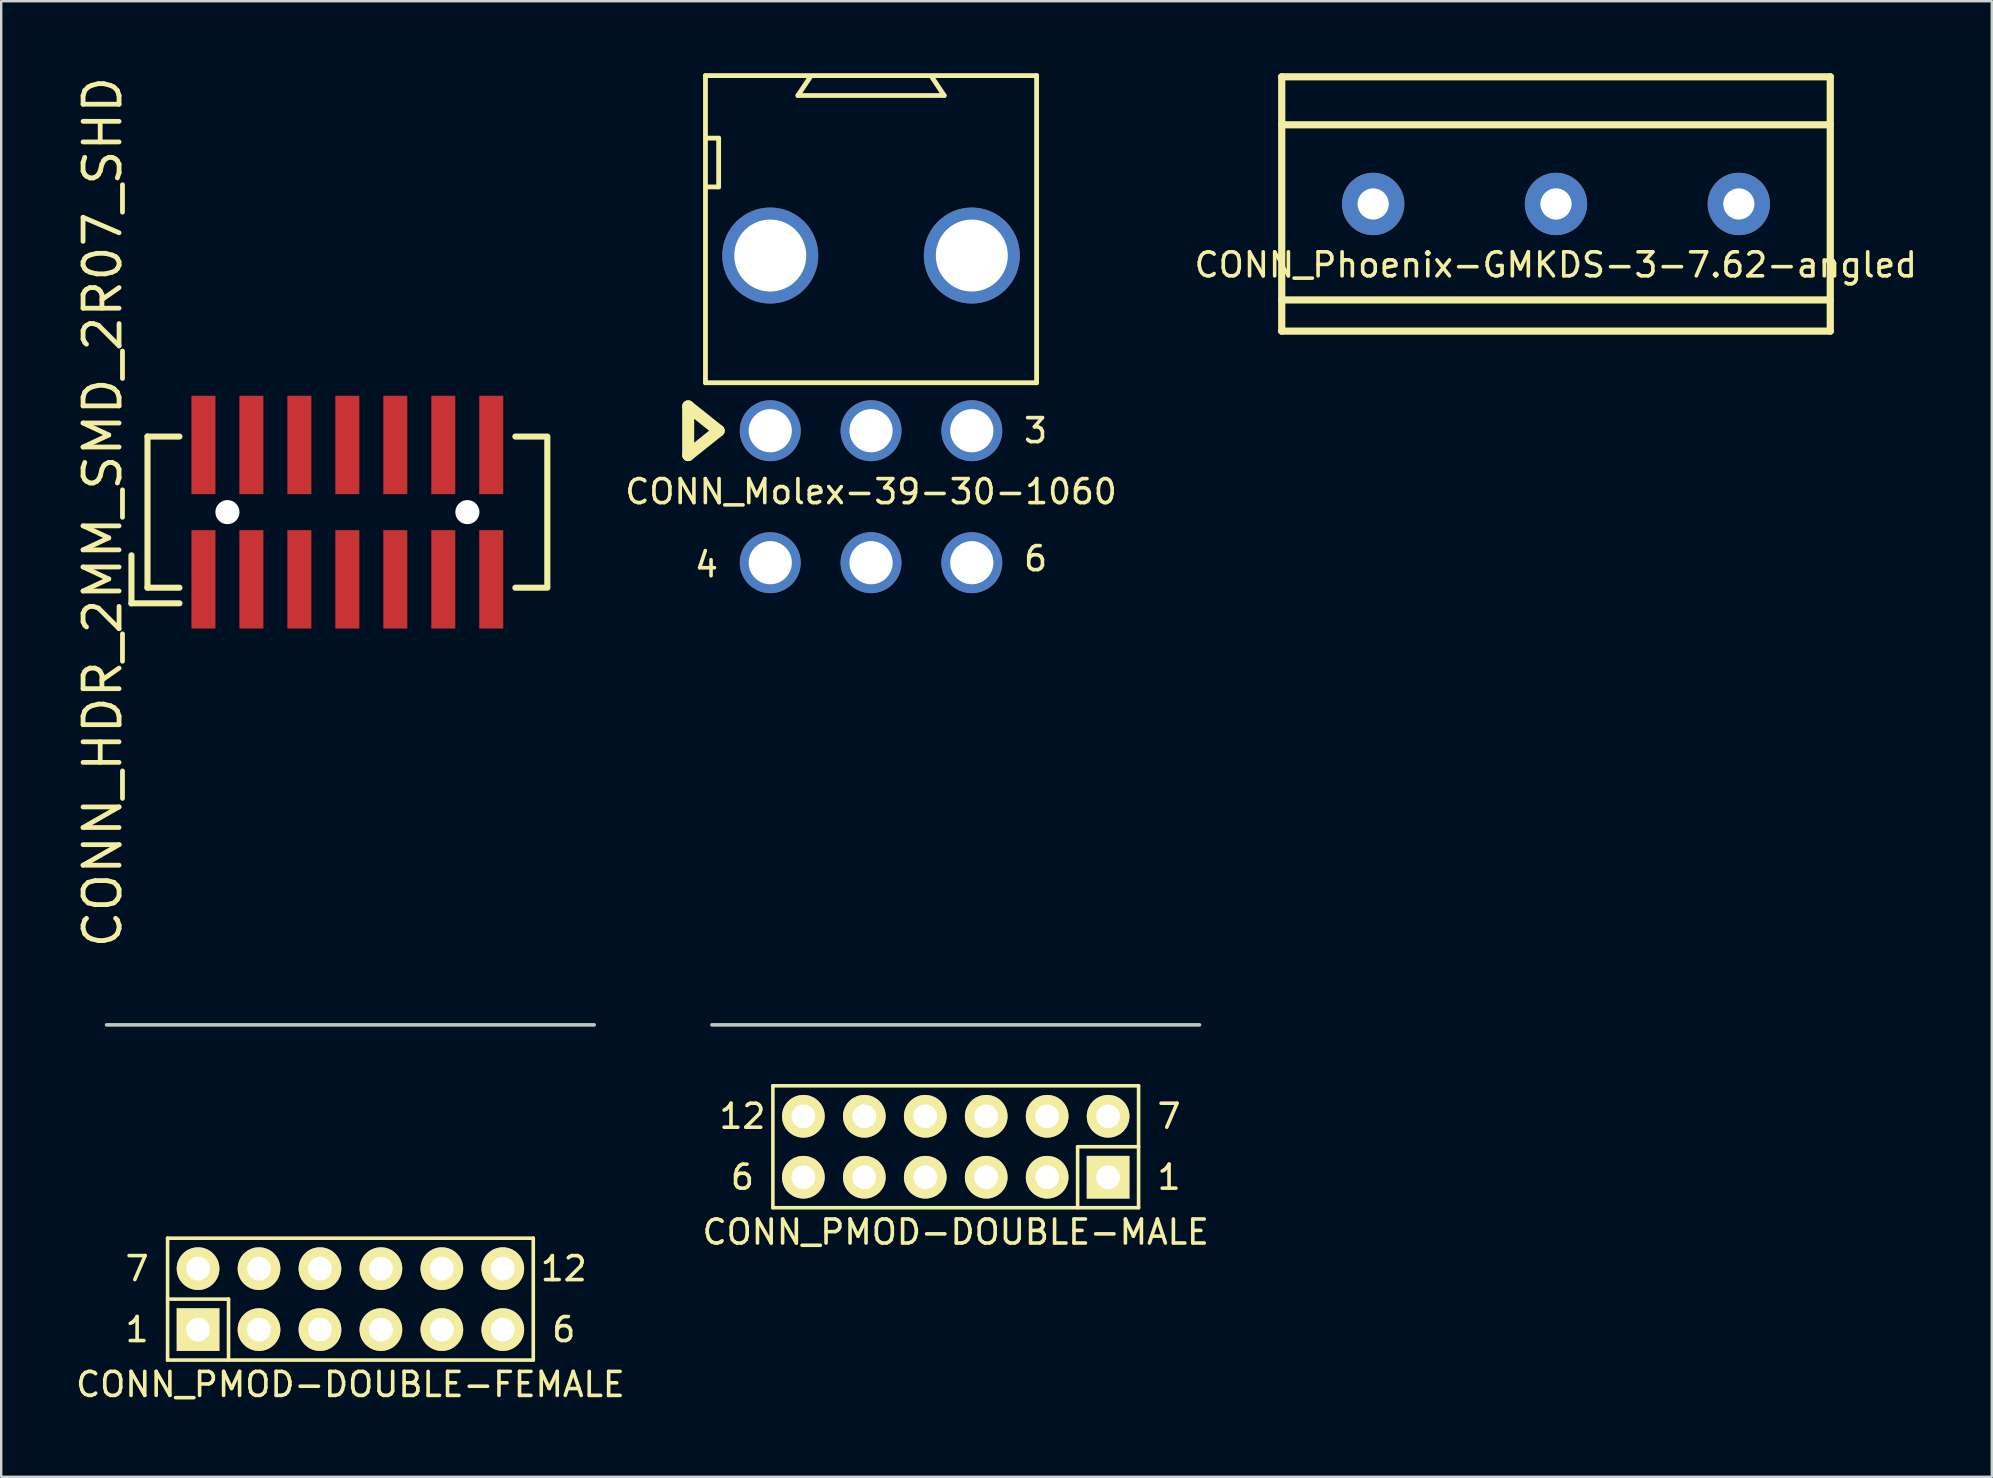
<source format=kicad_pcb>
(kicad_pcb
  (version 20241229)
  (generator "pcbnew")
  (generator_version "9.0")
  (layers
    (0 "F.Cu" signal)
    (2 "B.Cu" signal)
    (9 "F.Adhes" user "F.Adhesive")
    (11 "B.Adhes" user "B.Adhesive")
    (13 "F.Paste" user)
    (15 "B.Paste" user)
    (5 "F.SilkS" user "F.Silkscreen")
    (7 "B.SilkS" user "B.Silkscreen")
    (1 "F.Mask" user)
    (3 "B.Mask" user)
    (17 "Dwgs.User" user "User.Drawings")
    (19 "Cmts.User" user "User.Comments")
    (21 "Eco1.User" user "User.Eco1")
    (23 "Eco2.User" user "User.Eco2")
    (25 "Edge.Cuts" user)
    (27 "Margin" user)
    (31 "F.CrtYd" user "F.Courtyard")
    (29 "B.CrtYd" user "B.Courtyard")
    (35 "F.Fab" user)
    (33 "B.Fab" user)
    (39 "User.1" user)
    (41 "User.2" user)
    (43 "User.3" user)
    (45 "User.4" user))
  (footprint "CONN_PMOD-DOUBLE-FEMALE"
    (layer "F.Cu")
    (at 11.554 44.741)
    (property "Reference" "CONN_PMOD-DOUBLE-FEMALE" (at 0 9.906 0) (layer "F.SilkS") (effects (font (size 1 1) (thickness 0.15))))
    (attr through_hole)
    (fp_line (start -7.62 6.35) (end -5.08 6.35) (stroke (width 0.15) (type solid)) (layer "F.SilkS"))
    (fp_line (start -7.62 8.89) (end -7.62 3.81) (stroke (width 0.15) (type solid)) (layer "F.SilkS"))
    (fp_line (start -7.62 8.89) (end 7.62 8.89) (stroke (width 0.15) (type solid)) (layer "F.SilkS"))
    (fp_line (start -5.08 6.35) (end -5.08 8.89) (stroke (width 0.15) (type solid)) (layer "F.SilkS"))
    (fp_line (start 7.62 3.81) (end -7.62 3.81) (stroke (width 0.15) (type solid)) (layer "F.SilkS"))
    (fp_line (start 7.62 8.89) (end 7.62 3.81) (stroke (width 0.15) (type solid)) (layer "F.SilkS"))
    (fp_line (start -10.16 -5.08) (end 10.16 -5.08) (stroke (width 0.15) (type solid)) (layer "Dwgs.User"))
    (fp_text user "7" (at -8.89 5.08 0) (layer "F.SilkS") (effects (font (size 1 1) (thickness 0.15))))
    (fp_text user "12" (at 8.89 5.08 0) (layer "F.SilkS") (effects (font (size 1 1) (thickness 0.15))))
    (fp_text user "6" (at 8.89 7.62 0) (layer "F.SilkS") (effects (font (size 1 1) (thickness 0.15))))
    (fp_text user "1" (at -8.89 7.62 0) (layer "F.SilkS") (effects (font (size 1 1) (thickness 0.15))))
    (pad "1" thru_hole rect (at -6.35 7.62) (size 1.778 1.778) (drill 0.991) (layers "*.Cu" "*.Mask" "F.SilkS"))
    (pad "2" thru_hole circle (at -3.81 7.62) (size 1.778 1.778) (drill 0.991) (layers "*.Cu" "*.Mask" "F.SilkS"))
    (pad "3" thru_hole circle (at -1.27 7.62) (size 1.778 1.778) (drill 0.991) (layers "*.Cu" "*.Mask" "F.SilkS"))
    (pad "4" thru_hole circle (at 1.27 7.62) (size 1.778 1.778) (drill 0.991) (layers "*.Cu" "*.Mask" "F.SilkS"))
    (pad "5" thru_hole circle (at 3.81 7.62) (size 1.778 1.778) (drill 0.991) (layers "*.Cu" "*.Mask" "F.SilkS"))
    (pad "6" thru_hole circle (at 6.35 7.62) (size 1.778 1.778) (drill 0.991) (layers "*.Cu" "*.Mask" "F.SilkS"))
    (pad "7" thru_hole circle (at -6.35 5.08 180) (size 1.778 1.778) (drill 0.991) (layers "*.Cu" "*.Mask" "F.SilkS"))
    (pad "8" thru_hole circle (at -3.81 5.08 180) (size 1.778 1.778) (drill 0.991) (layers "*.Cu" "*.Mask" "F.SilkS"))
    (pad "9" thru_hole circle (at -1.27 5.08 180) (size 1.778 1.778) (drill 0.991) (layers "*.Cu" "*.Mask" "F.SilkS"))
    (pad "10" thru_hole circle (at 1.27 5.08 180) (size 1.778 1.778) (drill 0.991) (layers "*.Cu" "*.Mask" "F.SilkS"))
    (pad "11" thru_hole circle (at 3.81 5.08 180) (size 1.778 1.778) (drill 0.991) (layers "*.Cu" "*.Mask" "F.SilkS"))
    (pad "12" thru_hole circle (at 6.35 5.08 180) (size 1.778 1.778) (drill 0.991) (layers "*.Cu" "*.Mask" "F.SilkS")))
  (footprint "CONN_Phoenix-GMKDS-3-7.62-angled"
    (layer "F.Cu")
    (at 61.786 5.45)
    (property "Reference" "CONN_Phoenix-GMKDS-3-7.62-angled" (at 0 2.54 0) (layer "F.SilkS") (effects (font (size 1 1) (thickness 0.15))))
    (attr through_hole)
    (fp_line (start -11.42 -5.3) (end -11.42 5.3) (stroke (width 0.3) (type solid)) (layer "F.SilkS"))
    (fp_line (start -11.42 -5.3) (end 11.44 -5.3) (stroke (width 0.3) (type solid)) (layer "F.SilkS"))
    (fp_line (start -11.42 -3.3) (end 11.44 -3.3) (stroke (width 0.3) (type solid)) (layer "F.SilkS"))
    (fp_line (start -11.42 4) (end 11.44 4) (stroke (width 0.3) (type solid)) (layer "F.SilkS"))
    (fp_line (start -11.42 5.3) (end 11.44 5.3) (stroke (width 0.3) (type solid)) (layer "F.SilkS"))
    (fp_line (start 11.44 -5.3) (end 11.44 5.3) (stroke (width 0.3) (type solid)) (layer "F.SilkS"))
    (pad "1" thru_hole circle (at -7.61 0) (size 2.6 2.6) (drill 1.3) (layers "*.Cu" "*.Mask"))
    (pad "2" thru_hole circle (at 0.01 0) (size 2.6 2.6) (drill 1.3) (layers "*.Cu" "*.Mask"))
    (pad "3" thru_hole circle (at 7.63 0) (size 2.6 2.6) (drill 1.3) (layers "*.Cu" "*.Mask")))
  (footprint "CONN_HDR_2MM_SMD_2R07_SHD"
    (layer "F.Cu")
    (at 11.428 18.293)
    (property "Reference" "CONN_HDR_2MM_SMD_2R07_SHD" (at -10.2 0 90) (layer "F.SilkS") (effects (font (size 1.5 1.5) (thickness 0.2))))
    (attr through_hole)
    (fp_line (start -9 3.8) (end -9 1.8) (stroke (width 0.254) (type solid)) (layer "F.SilkS"))
    (fp_line (start -8.331 -3.15) (end -7 -3.15) (stroke (width 0.254) (type solid)) (layer "F.SilkS"))
    (fp_line (start -8.331 3.15) (end -8.331 -3.15) (stroke (width 0.254) (type solid)) (layer "F.SilkS"))
    (fp_line (start -7 3.15) (end -8.331 3.15) (stroke (width 0.254) (type solid)) (layer "F.SilkS"))
    (fp_line (start -7 3.8) (end -9 3.8) (stroke (width 0.254) (type solid)) (layer "F.SilkS"))
    (fp_line (start 7 -3.15) (end 8.331 -3.15) (stroke (width 0.254) (type solid)) (layer "F.SilkS"))
    (fp_line (start 7 3.15) (end 8.331 3.15) (stroke (width 0.254) (type solid)) (layer "F.SilkS"))
    (fp_line (start 8.331 -3.1) (end 8.331 3.1) (stroke (width 0.254) (type solid)) (layer "F.SilkS"))
    (pad "" np_thru_hole circle (at -5 0) (size 1.005 1.005) (drill 1.005) (layers "*.Cu" "*.Mask"))
    (pad "" np_thru_hole circle (at 5 0) (size 1.005 1.005) (drill 1.005) (layers "*.Cu" "*.Mask"))
    (pad "1" smd rect (at -6 2.8) (size 1 4.1) (layers "F.Cu" "F.Mask" "F.Paste"))
    (pad "2" smd rect (at -6 -2.8 180) (size 1 4.1) (layers "F.Cu" "F.Mask" "F.Paste"))
    (pad "3" smd rect (at -4.001 2.8) (size 1 4.1) (layers "F.Cu" "F.Mask" "F.Paste"))
    (pad "4" smd rect (at -4.001 -2.8 180) (size 1 4.1) (layers "F.Cu" "F.Mask" "F.Paste"))
    (pad "5" smd rect (at -2.002 2.8) (size 1 4.1) (layers "F.Cu" "F.Mask" "F.Paste"))
    (pad "6" smd rect (at -2.002 -2.8 180) (size 1 4.1) (layers "F.Cu" "F.Mask" "F.Paste"))
    (pad "7" smd rect (at -0.003 2.8) (size 1 4.1) (layers "F.Cu" "F.Mask" "F.Paste"))
    (pad "8" smd rect (at -0.003 -2.8 180) (size 1 4.1) (layers "F.Cu" "F.Mask" "F.Paste"))
    (pad "9" smd rect (at 1.996 2.8) (size 1 4.1) (layers "F.Cu" "F.Mask" "F.Paste"))
    (pad "10" smd rect (at 1.996 -2.8 180) (size 1 4.1) (layers "F.Cu" "F.Mask" "F.Paste"))
    (pad "11" smd rect (at 3.995 2.8) (size 1 4.1) (layers "F.Cu" "F.Mask" "F.Paste"))
    (pad "12" smd rect (at 3.995 -2.8 180) (size 1 4.1) (layers "F.Cu" "F.Mask" "F.Paste"))
    (pad "13" smd rect (at 5.994 2.8) (size 1 4.1) (layers "F.Cu" "F.Mask" "F.Paste"))
    (pad "14" smd rect (at 5.994 -2.8 180) (size 1 4.1) (layers "F.Cu" "F.Mask" "F.Paste")))
  (footprint "CONN_Molex-39-30-1060"
    (layer "F.Cu")
    (at 33.25 14.9)
    (property "Reference" "CONN_Molex-39-30-1060" (at 0 2.54 0) (layer "F.SilkS") (effects (font (size 1 1) (thickness 0.15))))
    (attr through_hole)
    (fp_line (start -7.62 -1.016) (end -6.35 0) (stroke (width 0.5) (type solid)) (layer "F.SilkS"))
    (fp_line (start -7.62 1.016) (end -7.62 -1.016) (stroke (width 0.5) (type solid)) (layer "F.SilkS"))
    (fp_line (start -6.9 -14.8) (end 6.9 -14.8) (stroke (width 0.2) (type solid)) (layer "F.SilkS"))
    (fp_line (start -6.9 -2) (end -6.9 -14.8) (stroke (width 0.2) (type solid)) (layer "F.SilkS"))
    (fp_line (start -6.9 -2) (end 6.9 -2) (stroke (width 0.2) (type solid)) (layer "F.SilkS"))
    (fp_line (start -6.858 -12.192) (end -6.35 -12.192) (stroke (width 0.2) (type solid)) (layer "F.SilkS"))
    (fp_line (start -6.35 -12.192) (end -6.35 -10.16) (stroke (width 0.2) (type solid)) (layer "F.SilkS"))
    (fp_line (start -6.35 -10.16) (end -6.858 -10.16) (stroke (width 0.2) (type solid)) (layer "F.SilkS"))
    (fp_line (start -6.35 0) (end -7.62 1.016) (stroke (width 0.5) (type solid)) (layer "F.SilkS"))
    (fp_line (start -3.048 -13.97) (end 3.048 -13.97) (stroke (width 0.2) (type solid)) (layer "F.SilkS"))
    (fp_line (start -2.54 -14.732) (end -3.048 -13.97) (stroke (width 0.2) (type solid)) (layer "F.SilkS"))
    (fp_line (start 3.048 -13.97) (end 2.54 -14.732) (stroke (width 0.2) (type solid)) (layer "F.SilkS"))
    (fp_line (start 6.9 -2) (end 6.9 -14.8) (stroke (width 0.2) (type solid)) (layer "F.SilkS"))
    (fp_text user "4" (at -6.858 5.588 0) (layer "F.SilkS") (effects (font (size 1 1) (thickness 0.15))))
    (fp_text user "6" (at 6.858 5.334 0) (layer "F.SilkS") (effects (font (size 1 1) (thickness 0.15))))
    (fp_text user "3" (at 6.858 0 0) (layer "F.SilkS") (effects (font (size 1 1) (thickness 0.15))))
    (pad "" np_thru_hole circle (at -4.2 -7.3) (size 4 4) (drill 3) (layers "*.Cu" "*.Mask"))
    (pad "" np_thru_hole circle (at 4.2 -7.3) (size 4 4) (drill 3) (layers "*.Cu" "*.Mask"))
    (pad "1" thru_hole circle (at -4.2 0) (size 2.54 2.54) (drill 1.8) (layers "*.Cu" "*.Mask"))
    (pad "2" thru_hole circle (at 0 0) (size 2.54 2.54) (drill 1.8) (layers "*.Cu" "*.Mask"))
    (pad "3" thru_hole circle (at 4.2 0) (size 2.54 2.54) (drill 1.8) (layers "*.Cu" "*.Mask"))
    (pad "4" thru_hole circle (at -4.2 5.5) (size 2.54 2.54) (drill 1.8) (layers "*.Cu" "*.Mask"))
    (pad "5" thru_hole circle (at 0 5.5) (size 2.54 2.54) (drill 1.8) (layers "*.Cu" "*.Mask"))
    (pad "6" thru_hole circle (at 4.2 5.5) (size 2.54 2.54) (drill 1.8) (layers "*.Cu" "*.Mask")))
  (footprint "CONN_PMOD-DOUBLE-MALE"
    (layer "F.Cu")
    (at 36.78 42.201)
    (property "Reference" "CONN_PMOD-DOUBLE-MALE" (at 0 6.096 0) (layer "F.SilkS") (effects (font (size 1 1) (thickness 0.15))))
    (attr through_hole)
    (fp_line (start -7.62 0) (end 7.62 0) (stroke (width 0.15) (type solid)) (layer "F.SilkS"))
    (fp_line (start -7.62 5.08) (end -7.62 0) (stroke (width 0.15) (type solid)) (layer "F.SilkS"))
    (fp_line (start 5.08 2.54) (end 5.08 5.08) (stroke (width 0.15) (type solid)) (layer "F.SilkS"))
    (fp_line (start 7.62 2.54) (end 5.08 2.54) (stroke (width 0.15) (type solid)) (layer "F.SilkS"))
    (fp_line (start 7.62 5.08) (end -7.62 5.08) (stroke (width 0.15) (type solid)) (layer "F.SilkS"))
    (fp_line (start 7.62 5.08) (end 7.62 0) (stroke (width 0.15) (type solid)) (layer "F.SilkS"))
    (fp_line (start -10.16 -2.54) (end 10.16 -2.54) (stroke (width 0.15) (type solid)) (layer "Dwgs.User"))
    (fp_text user "1" (at 8.89 3.81 0) (layer "F.SilkS") (effects (font (size 1 1) (thickness 0.15))))
    (fp_text user "12" (at -8.89 1.27 0) (layer "F.SilkS") (effects (font (size 1 1) (thickness 0.15))))
    (fp_text user "7" (at 8.89 1.27 0) (layer "F.SilkS") (effects (font (size 1 1) (thickness 0.15))))
    (fp_text user "6" (at -8.89 3.81 0) (layer "F.SilkS") (effects (font (size 1 1) (thickness 0.15))))
    (pad "1" thru_hole rect (at 6.35 3.81 180) (size 1.778 1.778) (drill 0.991) (layers "*.Cu" "*.Mask" "F.SilkS"))
    (pad "2" thru_hole circle (at 3.81 3.81 180) (size 1.778 1.778) (drill 0.991) (layers "*.Cu" "*.Mask" "F.SilkS"))
    (pad "3" thru_hole circle (at 1.27 3.81 180) (size 1.778 1.778) (drill 0.991) (layers "*.Cu" "*.Mask" "F.SilkS"))
    (pad "4" thru_hole circle (at -1.27 3.81 180) (size 1.778 1.778) (drill 0.991) (layers "*.Cu" "*.Mask" "F.SilkS"))
    (pad "5" thru_hole circle (at -3.81 3.81 180) (size 1.778 1.778) (drill 0.991) (layers "*.Cu" "*.Mask" "F.SilkS"))
    (pad "6" thru_hole circle (at -6.35 3.81 180) (size 1.778 1.778) (drill 0.991) (layers "*.Cu" "*.Mask" "F.SilkS"))
    (pad "7" thru_hole circle (at 6.35 1.27) (size 1.778 1.778) (drill 0.991) (layers "*.Cu" "*.Mask" "F.SilkS"))
    (pad "8" thru_hole circle (at 3.81 1.27) (size 1.778 1.778) (drill 0.991) (layers "*.Cu" "*.Mask" "F.SilkS"))
    (pad "9" thru_hole circle (at 1.27 1.27) (size 1.778 1.778) (drill 0.991) (layers "*.Cu" "*.Mask" "F.SilkS"))
    (pad "10" thru_hole circle (at -1.27 1.27) (size 1.778 1.778) (drill 0.991) (layers "*.Cu" "*.Mask" "F.SilkS"))
    (pad "11" thru_hole circle (at -3.81 1.27) (size 1.778 1.778) (drill 0.991) (layers "*.Cu" "*.Mask" "F.SilkS"))
    (pad "12" thru_hole circle (at -6.35 1.27) (size 1.778 1.778) (drill 0.991) (layers "*.Cu" "*.Mask" "F.SilkS")))
  (gr_rect
    (start -3 -3)
    (end 79.958 58.495)
    (stroke (width 0.1) (type default))
    (fill no)
    (layer "Edge.Cuts")))
</source>
